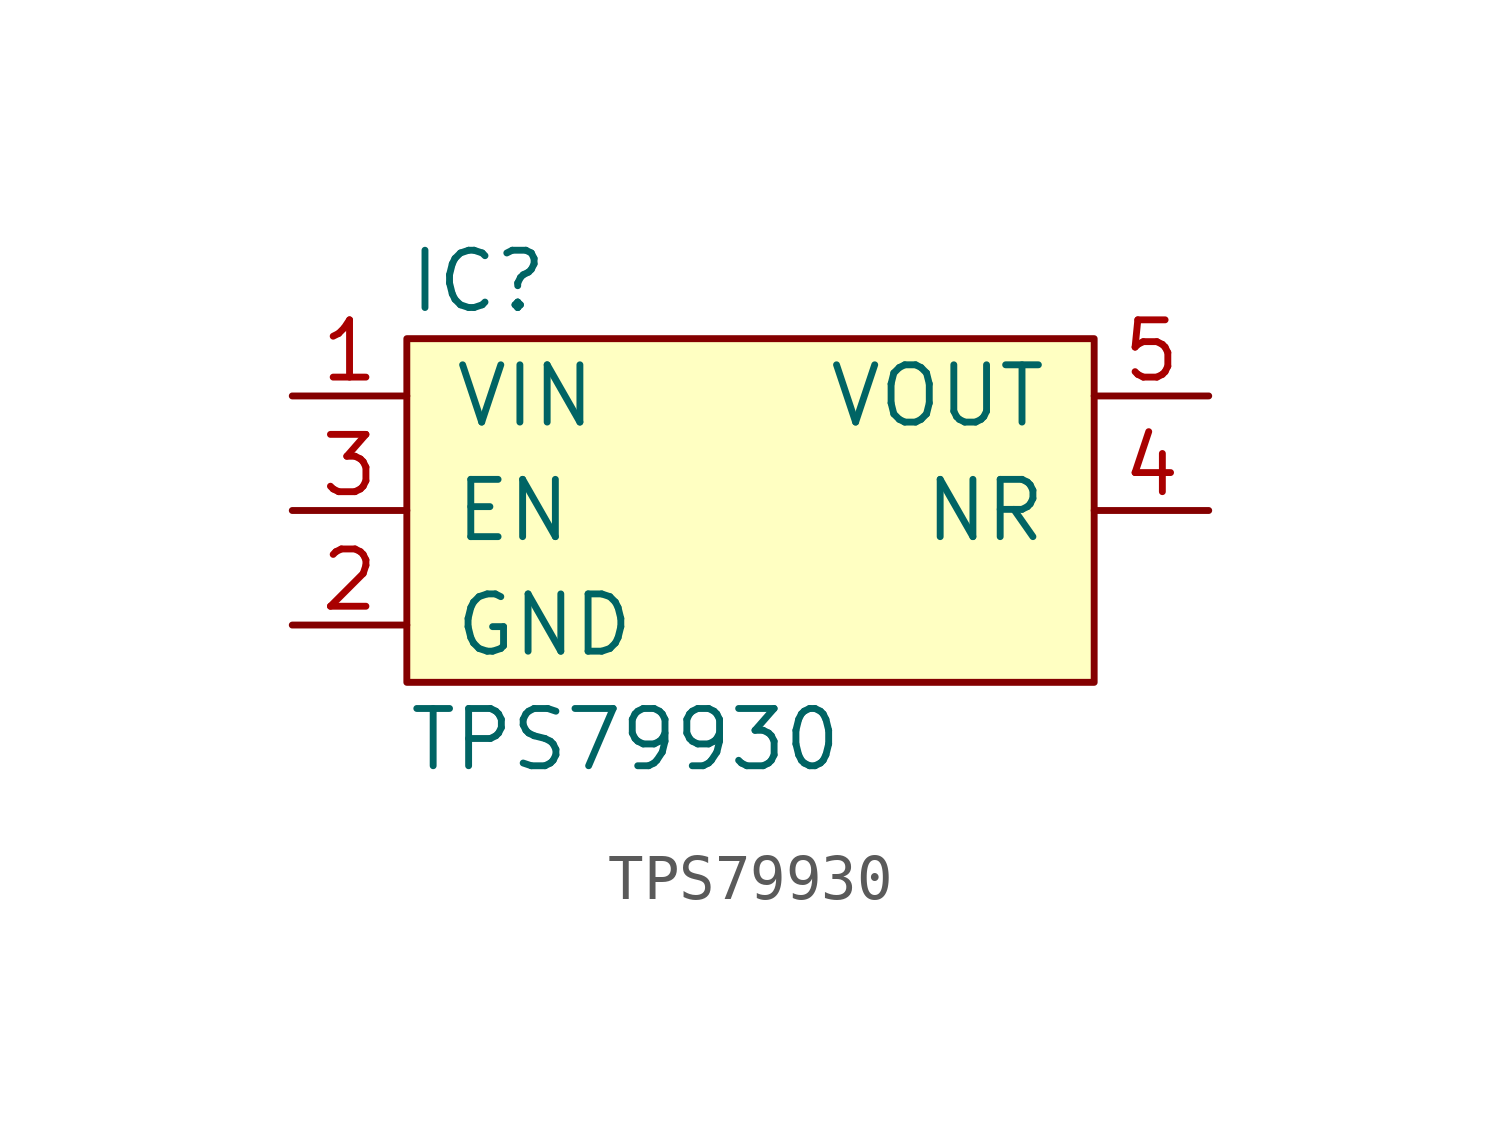
<source format=kicad_sym>
(kicad_symbol_lib
  (version 20211014)
  (generator agg_kicad.build_lib_ic)
  (symbol "TPS79930"
    (pin_names
      (offset 1.016))
    (property Reference IC
      (at -7.62 5.08 0)
      (effects (font (size 1.27 1.27)) (justify left)))
    (property Value "TPS79930"
      (at -7.62 -5.08 0)
      (effects (font (size 1.27 1.27)) (justify left)))
    (symbol "TPS79930_0_0"
      (rectangle (start -7.62 3.81) (end 7.62 -3.81) (stroke (width 0) (type default) (color 0 0 0 0)) (fill (type background)))
      (pin power_in line (at -10.16 2.54 0) (length 2.54) (name VIN (effects (font (size 1.27 1.27)))) (number "1" (effects (font (size 1.27 1.27)))))
      (pin input line (at -10.16 0 0) (length 2.54) (name EN (effects (font (size 1.27 1.27)))) (number "3" (effects (font (size 1.27 1.27)))))
      (pin power_in line (at -10.16 -2.54 0) (length 2.54) (name GND (effects (font (size 1.27 1.27)))) (number "2" (effects (font (size 1.27 1.27)))))
      (pin power_out line (at 10.16 2.54 180) (length 2.54) (name VOUT (effects (font (size 1.27 1.27)))) (number "5" (effects (font (size 1.27 1.27)))))
      (pin input line (at 10.16 0 180) (length 2.54) (name NR (effects (font (size 1.27 1.27)))) (number "4" (effects (font (size 1.27 1.27))))))))
</source>
